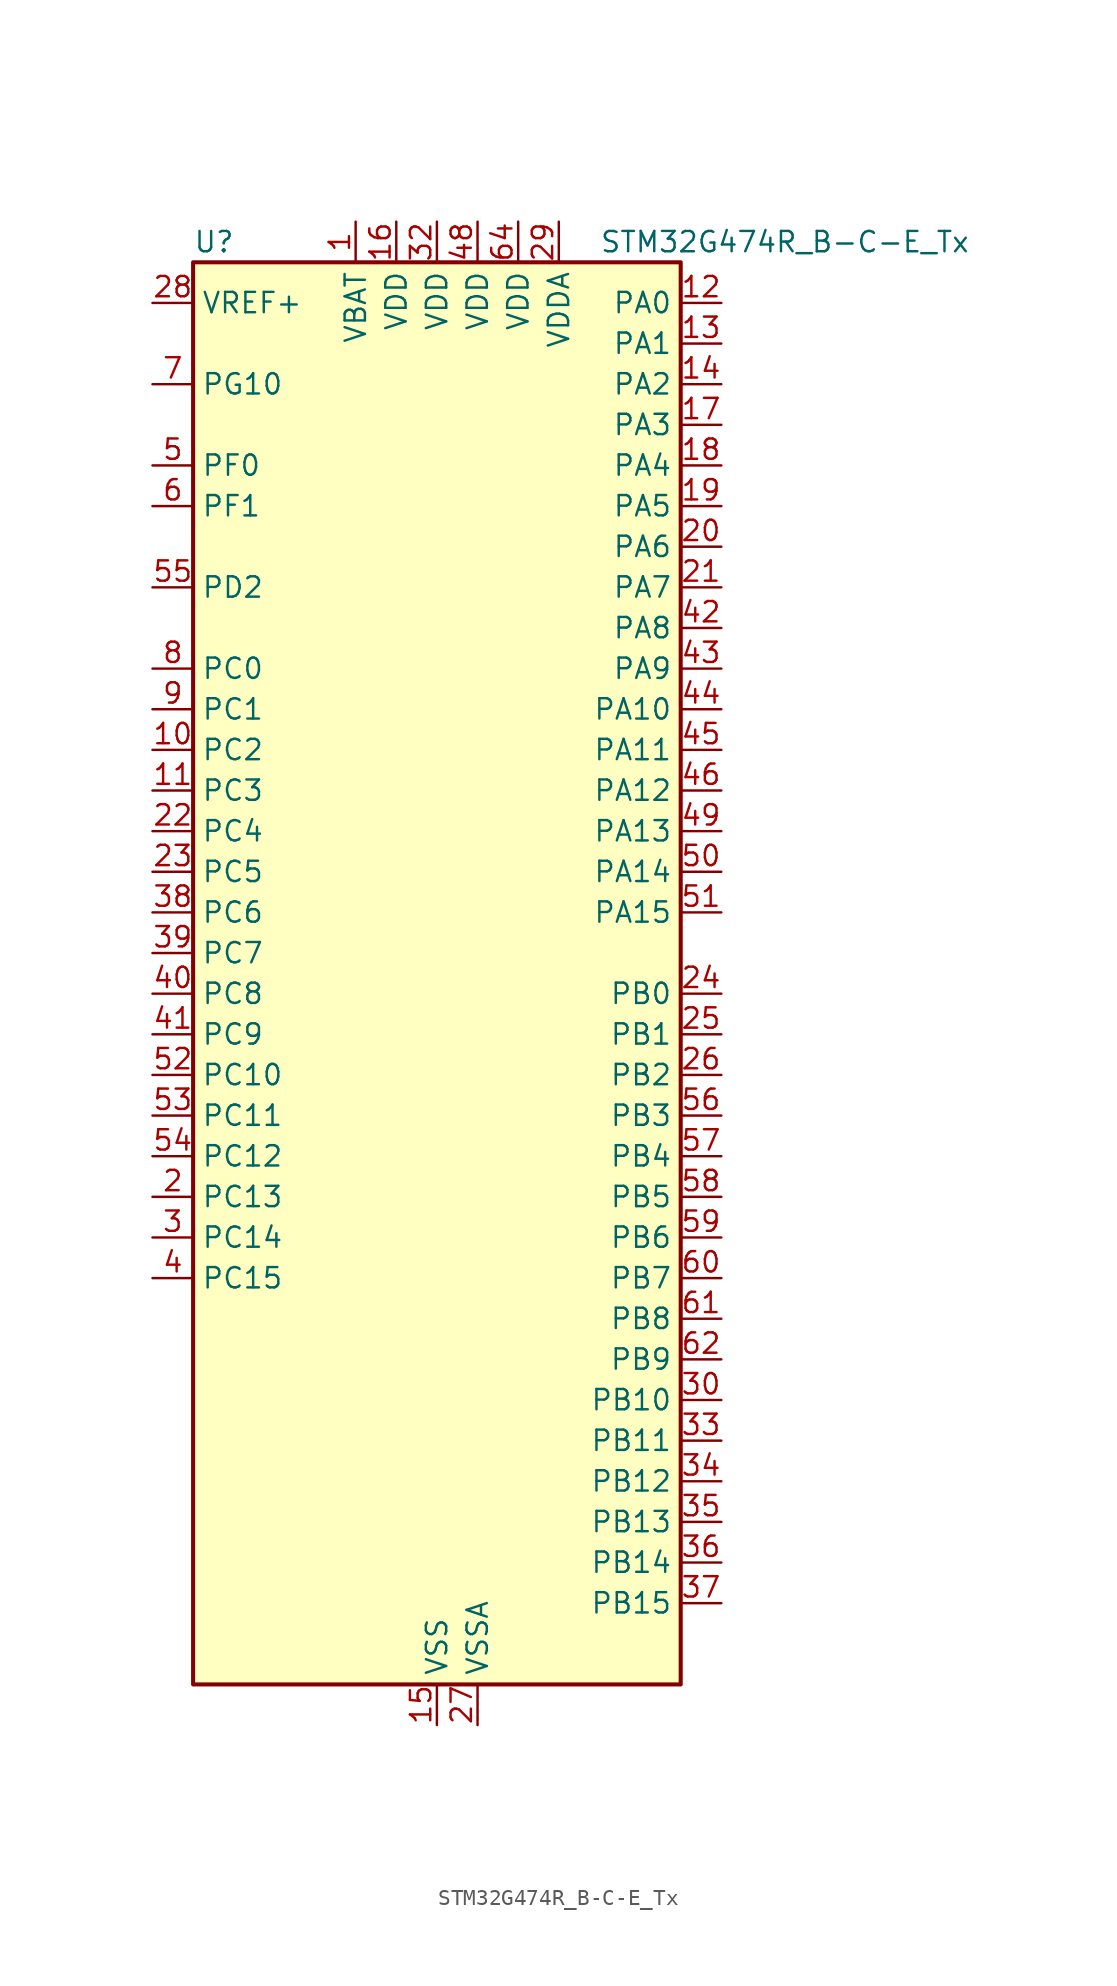
<source format=kicad_sym>
(kicad_symbol_lib
  (version 20231120)
  (generator "kicad_symbol_editor")
  (generator_version "8.0")
  (symbol "STM32G474R_B-C-E_Tx"
    (property "Reference" "U"
      (at -15.24 46.99 0)
      (effects (font (size 1.27 1.27)) (justify left)))
    (property "Value" "STM32G474R_B-C-E_Tx"
      (at 10.16 46.99 0)
      (effects (font (size 1.27 1.27)) (justify left)))
    (property "ki_locked" ""
      (at 0 0 0)
      (effects (font (size 1.27 1.27))))
    (symbol "STM32G474R_B-C-E_Tx_0_1"
      (rectangle (start -15.24 -43.18) (end 15.24 45.72) (stroke (width 0.254) (type default)) (fill (type background))))
    (symbol "STM32G474R_B-C-E_Tx_1_1"
      (pin power_in line (at -5.08 48.26 270) (length 2.54) (name "VBAT" (effects (font (size 1.27 1.27)))) (number "1" (effects (font (size 1.27 1.27)))))
      (pin bidirectional line (at -17.78 15.24 0) (length 2.54) (name "PC2" (effects (font (size 1.27 1.27)))) (number "10" (effects (font (size 1.27 1.27)))) (alternate "ADC1_IN8" bidirectional line) (alternate "ADC2_IN8" bidirectional line) (alternate "ADC3_EXTI2" bidirectional line) (alternate "ADC4_EXTI2" bidirectional line) (alternate "ADC5_EXTI2" bidirectional line) (alternate "COMP3_OUT" bidirectional line) (alternate "LPTIM1_IN2" bidirectional line) (alternate "QUADSPI1_BK2_IO1" bidirectional line) (alternate "TIM1_CH3" bidirectional line) (alternate "TIM20_CH2" bidirectional line))
      (pin bidirectional line (at -17.78 12.7 0) (length 2.54) (name "PC3" (effects (font (size 1.27 1.27)))) (number "11" (effects (font (size 1.27 1.27)))) (alternate "ADC1_IN9" bidirectional line) (alternate "ADC2_IN9" bidirectional line) (alternate "ADC3_EXTI3" bidirectional line) (alternate "ADC4_EXTI3" bidirectional line) (alternate "ADC5_EXTI3" bidirectional line) (alternate "LPTIM1_ETR" bidirectional line) (alternate "OPAMP5_VINP" bidirectional line) (alternate "OPAMP5_VINP_SEC" bidirectional line) (alternate "QUADSPI1_BK2_IO2" bidirectional line) (alternate "SAI1_D1" bidirectional line) (alternate "SAI1_SD_A" bidirectional line) (alternate "TIM1_BKIN2" bidirectional line) (alternate "TIM1_CH4" bidirectional line))
      (pin bidirectional line (at 17.78 43.18 180) (length 2.54) (name "PA0" (effects (font (size 1.27 1.27)))) (number "12" (effects (font (size 1.27 1.27)))) (alternate "ADC1_IN1" bidirectional line) (alternate "ADC2_IN1" bidirectional line) (alternate "COMP1_INM" bidirectional line) (alternate "COMP1_OUT" bidirectional line) (alternate "COMP3_INP" bidirectional line) (alternate "RTC_TAMP2" bidirectional line) (alternate "SYS_WKUP1" bidirectional line) (alternate "TIM2_CH1" bidirectional line) (alternate "TIM2_ETR" bidirectional line) (alternate "TIM5_CH1" bidirectional line) (alternate "TIM8_BKIN" bidirectional line) (alternate "TIM8_ETR" bidirectional line) (alternate "USART2_CTS" bidirectional line) (alternate "USART2_NSS" bidirectional line))
      (pin bidirectional line (at 17.78 40.64 180) (length 2.54) (name "PA1" (effects (font (size 1.27 1.27)))) (number "13" (effects (font (size 1.27 1.27)))) (alternate "ADC1_IN2" bidirectional line) (alternate "ADC2_IN2" bidirectional line) (alternate "COMP1_INP" bidirectional line) (alternate "OPAMP1_VINP" bidirectional line) (alternate "OPAMP1_VINP_SEC" bidirectional line) (alternate "OPAMP3_VINP" bidirectional line) (alternate "OPAMP3_VINP_SEC" bidirectional line) (alternate "OPAMP6_VINM" bidirectional line) (alternate "OPAMP6_VINM0" bidirectional line) (alternate "OPAMP6_VINM_SEC" bidirectional line) (alternate "RTC_REFIN" bidirectional line) (alternate "TIM15_CH1N" bidirectional line) (alternate "TIM2_CH2" bidirectional line) (alternate "TIM5_CH2" bidirectional line) (alternate "USART2_DE" bidirectional line) (alternate "USART2_RTS" bidirectional line))
      (pin bidirectional line (at 17.78 38.1 180) (length 2.54) (name "PA2" (effects (font (size 1.27 1.27)))) (number "14" (effects (font (size 1.27 1.27)))) (alternate "ADC1_IN3" bidirectional line) (alternate "ADC3_EXTI2" bidirectional line) (alternate "ADC4_EXTI2" bidirectional line) (alternate "ADC5_EXTI2" bidirectional line) (alternate "COMP2_INM" bidirectional line) (alternate "COMP2_OUT" bidirectional line) (alternate "LPUART1_TX" bidirectional line) (alternate "OPAMP1_VOUT" bidirectional line) (alternate "QUADSPI1_BK1_NCS" bidirectional line) (alternate "RCC_LSCO" bidirectional line) (alternate "SYS_WKUP4" bidirectional line) (alternate "TIM15_CH1" bidirectional line) (alternate "TIM2_CH3" bidirectional line) (alternate "TIM5_CH3" bidirectional line) (alternate "UCPD1_FRSTX1" bidirectional line) (alternate "UCPD1_FRSTX2" bidirectional line) (alternate "USART2_TX" bidirectional line))
      (pin power_in line (at 0 -45.72 90) (length 2.54) (name "VSS" (effects (font (size 1.27 1.27)))) (number "15" (effects (font (size 1.27 1.27)))))
      (pin power_in line (at -2.54 48.26 270) (length 2.54) (name "VDD" (effects (font (size 1.27 1.27)))) (number "16" (effects (font (size 1.27 1.27)))))
      (pin bidirectional line (at 17.78 35.56 180) (length 2.54) (name "PA3" (effects (font (size 1.27 1.27)))) (number "17" (effects (font (size 1.27 1.27)))) (alternate "ADC1_IN4" bidirectional line) (alternate "ADC3_EXTI3" bidirectional line) (alternate "ADC4_EXTI3" bidirectional line) (alternate "ADC5_EXTI3" bidirectional line) (alternate "COMP2_INP" bidirectional line) (alternate "LPUART1_RX" bidirectional line) (alternate "OPAMP1_VINM" bidirectional line) (alternate "OPAMP1_VINM0" bidirectional line) (alternate "OPAMP1_VINM_SEC" bidirectional line) (alternate "OPAMP1_VINP" bidirectional line) (alternate "OPAMP1_VINP_SEC" bidirectional line) (alternate "OPAMP5_VINM" bidirectional line) (alternate "OPAMP5_VINM1" bidirectional line) (alternate "OPAMP5_VINM_SEC" bidirectional line) (alternate "QUADSPI1_CLK" bidirectional line) (alternate "SAI1_CK1" bidirectional line) (alternate "SAI1_MCLK_A" bidirectional line) (alternate "TIM15_CH2" bidirectional line) (alternate "TIM2_CH4" bidirectional line) (alternate "TIM5_CH4" bidirectional line) (alternate "USART2_RX" bidirectional line))
      (pin bidirectional line (at 17.78 33.02 180) (length 2.54) (name "PA4" (effects (font (size 1.27 1.27)))) (number "18" (effects (font (size 1.27 1.27)))) (alternate "ADC2_IN17" bidirectional line) (alternate "COMP1_INM" bidirectional line) (alternate "DAC1_OUT1" bidirectional line) (alternate "I2S3_WS" bidirectional line) (alternate "SAI1_FS_B" bidirectional line) (alternate "SPI1_NSS" bidirectional line) (alternate "SPI3_NSS" bidirectional line) (alternate "TIM3_CH2" bidirectional line) (alternate "USART2_CK" bidirectional line))
      (pin bidirectional line (at 17.78 30.48 180) (length 2.54) (name "PA5" (effects (font (size 1.27 1.27)))) (number "19" (effects (font (size 1.27 1.27)))) (alternate "ADC2_IN13" bidirectional line) (alternate "COMP2_INM" bidirectional line) (alternate "DAC1_OUT2" bidirectional line) (alternate "OPAMP2_VINM" bidirectional line) (alternate "OPAMP2_VINM0" bidirectional line) (alternate "OPAMP2_VINM_SEC" bidirectional line) (alternate "SPI1_SCK" bidirectional line) (alternate "TIM2_CH1" bidirectional line) (alternate "TIM2_ETR" bidirectional line) (alternate "UCPD1_FRSTX1" bidirectional line) (alternate "UCPD1_FRSTX2" bidirectional line))
      (pin bidirectional line (at -17.78 -12.7 0) (length 2.54) (name "PC13" (effects (font (size 1.27 1.27)))) (number "2" (effects (font (size 1.27 1.27)))) (alternate "RTC_OUT1" bidirectional line) (alternate "RTC_TAMP1" bidirectional line) (alternate "RTC_TS" bidirectional line) (alternate "SYS_WKUP2" bidirectional line) (alternate "TIM1_BKIN" bidirectional line) (alternate "TIM1_CH1N" bidirectional line) (alternate "TIM8_CH4N" bidirectional line))
      (pin bidirectional line (at 17.78 27.94 180) (length 2.54) (name "PA6" (effects (font (size 1.27 1.27)))) (number "20" (effects (font (size 1.27 1.27)))) (alternate "ADC2_IN3" bidirectional line) (alternate "COMP1_OUT" bidirectional line) (alternate "DAC2_OUT1" bidirectional line) (alternate "LPUART1_CTS" bidirectional line) (alternate "OPAMP2_VOUT" bidirectional line) (alternate "QUADSPI1_BK1_IO3" bidirectional line) (alternate "SPI1_MISO" bidirectional line) (alternate "TIM16_CH1" bidirectional line) (alternate "TIM1_BKIN" bidirectional line) (alternate "TIM3_CH1" bidirectional line) (alternate "TIM8_BKIN" bidirectional line))
      (pin bidirectional line (at 17.78 25.4 180) (length 2.54) (name "PA7" (effects (font (size 1.27 1.27)))) (number "21" (effects (font (size 1.27 1.27)))) (alternate "ADC2_IN4" bidirectional line) (alternate "COMP2_INP" bidirectional line) (alternate "COMP2_OUT" bidirectional line) (alternate "OPAMP1_VINP" bidirectional line) (alternate "OPAMP1_VINP_SEC" bidirectional line) (alternate "OPAMP2_VINP" bidirectional line) (alternate "OPAMP2_VINP_SEC" bidirectional line) (alternate "QUADSPI1_BK1_IO2" bidirectional line) (alternate "SPI1_MOSI" bidirectional line) (alternate "TIM17_CH1" bidirectional line) (alternate "TIM1_CH1N" bidirectional line) (alternate "TIM3_CH2" bidirectional line) (alternate "TIM8_CH1N" bidirectional line) (alternate "UCPD1_FRSTX1" bidirectional line) (alternate "UCPD1_FRSTX2" bidirectional line))
      (pin bidirectional line (at -17.78 10.16 0) (length 2.54) (name "PC4" (effects (font (size 1.27 1.27)))) (number "22" (effects (font (size 1.27 1.27)))) (alternate "ADC2_IN5" bidirectional line) (alternate "I2C2_SCL" bidirectional line) (alternate "QUADSPI1_BK2_IO3" bidirectional line) (alternate "TIM1_ETR" bidirectional line) (alternate "USART1_TX" bidirectional line))
      (pin bidirectional line (at -17.78 7.62 0) (length 2.54) (name "PC5" (effects (font (size 1.27 1.27)))) (number "23" (effects (font (size 1.27 1.27)))) (alternate "ADC2_IN11" bidirectional line) (alternate "HRTIM1_EEV10" bidirectional line) (alternate "OPAMP1_VINM" bidirectional line) (alternate "OPAMP1_VINM1" bidirectional line) (alternate "OPAMP1_VINM_SEC" bidirectional line) (alternate "OPAMP2_VINM" bidirectional line) (alternate "OPAMP2_VINM1" bidirectional line) (alternate "OPAMP2_VINM_SEC" bidirectional line) (alternate "SAI1_D3" bidirectional line) (alternate "SYS_WKUP5" bidirectional line) (alternate "TIM15_BKIN" bidirectional line) (alternate "TIM1_CH4N" bidirectional line) (alternate "USART1_RX" bidirectional line))
      (pin bidirectional line (at 17.78 0 180) (length 2.54) (name "PB0" (effects (font (size 1.27 1.27)))) (number "24" (effects (font (size 1.27 1.27)))) (alternate "ADC1_IN15" bidirectional line) (alternate "ADC3_IN12" bidirectional line) (alternate "COMP4_INP" bidirectional line) (alternate "HRTIM1_FLT5" bidirectional line) (alternate "OPAMP2_VINP" bidirectional line) (alternate "OPAMP2_VINP_SEC" bidirectional line) (alternate "OPAMP3_VINP" bidirectional line) (alternate "OPAMP3_VINP_SEC" bidirectional line) (alternate "QUADSPI1_BK1_IO1" bidirectional line) (alternate "TIM1_CH2N" bidirectional line) (alternate "TIM3_CH3" bidirectional line) (alternate "TIM8_CH2N" bidirectional line) (alternate "UCPD1_FRSTX1" bidirectional line) (alternate "UCPD1_FRSTX2" bidirectional line))
      (pin bidirectional line (at 17.78 -2.54 180) (length 2.54) (name "PB1" (effects (font (size 1.27 1.27)))) (number "25" (effects (font (size 1.27 1.27)))) (alternate "ADC1_IN12" bidirectional line) (alternate "ADC3_IN1" bidirectional line) (alternate "COMP1_INP" bidirectional line) (alternate "COMP4_OUT" bidirectional line) (alternate "HRTIM1_SCOUT" bidirectional line) (alternate "LPUART1_DE" bidirectional line) (alternate "LPUART1_RTS" bidirectional line) (alternate "OPAMP3_VOUT" bidirectional line) (alternate "OPAMP6_VINM" bidirectional line) (alternate "OPAMP6_VINM1" bidirectional line) (alternate "OPAMP6_VINM_SEC" bidirectional line) (alternate "QUADSPI1_BK1_IO0" bidirectional line) (alternate "TIM1_CH3N" bidirectional line) (alternate "TIM3_CH4" bidirectional line) (alternate "TIM8_CH3N" bidirectional line))
      (pin bidirectional line (at 17.78 -5.08 180) (length 2.54) (name "PB2" (effects (font (size 1.27 1.27)))) (number "26" (effects (font (size 1.27 1.27)))) (alternate "ADC2_IN12" bidirectional line) (alternate "ADC3_EXTI2" bidirectional line) (alternate "ADC4_EXTI2" bidirectional line) (alternate "ADC5_EXTI2" bidirectional line) (alternate "COMP4_INM" bidirectional line) (alternate "HRTIM1_SCIN" bidirectional line) (alternate "I2C3_SMBA" bidirectional line) (alternate "LPTIM1_OUT" bidirectional line) (alternate "OPAMP3_VINM" bidirectional line) (alternate "OPAMP3_VINM0" bidirectional line) (alternate "OPAMP3_VINM_SEC" bidirectional line) (alternate "QUADSPI1_BK2_IO1" bidirectional line) (alternate "RTC_OUT2" bidirectional line) (alternate "TIM20_CH1" bidirectional line) (alternate "TIM5_CH1" bidirectional line))
      (pin power_in line (at 2.54 -45.72 90) (length 2.54) (name "VSSA" (effects (font (size 1.27 1.27)))) (number "27" (effects (font (size 1.27 1.27)))))
      (pin input line (at -17.78 43.18 0) (length 2.54) (name "VREF+" (effects (font (size 1.27 1.27)))) (number "28" (effects (font (size 1.27 1.27)))) (alternate "VREFBUF_OUT" bidirectional line))
      (pin power_in line (at 7.62 48.26 270) (length 2.54) (name "VDDA" (effects (font (size 1.27 1.27)))) (number "29" (effects (font (size 1.27 1.27)))))
      (pin bidirectional line (at -17.78 -15.24 0) (length 2.54) (name "PC14" (effects (font (size 1.27 1.27)))) (number "3" (effects (font (size 1.27 1.27)))) (alternate "RCC_OSC32_IN" bidirectional line))
      (pin bidirectional line (at 17.78 -25.4 180) (length 2.54) (name "PB10" (effects (font (size 1.27 1.27)))) (number "30" (effects (font (size 1.27 1.27)))) (alternate "COMP5_INM" bidirectional line) (alternate "DAC1_EXTI10" bidirectional line) (alternate "DAC2_EXTI10" bidirectional line) (alternate "DAC3_EXTI10" bidirectional line) (alternate "DAC4_EXTI10" bidirectional line) (alternate "HRTIM1_FLT3" bidirectional line) (alternate "LPUART1_RX" bidirectional line) (alternate "OPAMP3_VINM" bidirectional line) (alternate "OPAMP3_VINM1" bidirectional line) (alternate "OPAMP3_VINM_SEC" bidirectional line) (alternate "OPAMP4_VINM" bidirectional line) (alternate "OPAMP4_VINM0" bidirectional line) (alternate "OPAMP4_VINM_SEC" bidirectional line) (alternate "QUADSPI1_CLK" bidirectional line) (alternate "SAI1_SCK_A" bidirectional line) (alternate "TIM1_BKIN" bidirectional line) (alternate "TIM2_CH3" bidirectional line) (alternate "USART3_TX" bidirectional line))
      (pin passive line (at 0 -45.72 90) (length 2.54) hide (name "VSS" (effects (font (size 1.27 1.27)))) (number "31" (effects (font (size 1.27 1.27)))))
      (pin power_in line (at 0 48.26 270) (length 2.54) (name "VDD" (effects (font (size 1.27 1.27)))) (number "32" (effects (font (size 1.27 1.27)))))
      (pin bidirectional line (at 17.78 -27.94 180) (length 2.54) (name "PB11" (effects (font (size 1.27 1.27)))) (number "33" (effects (font (size 1.27 1.27)))) (alternate "ADC1_EXTI11" bidirectional line) (alternate "ADC1_IN14" bidirectional line) (alternate "ADC2_EXTI11" bidirectional line) (alternate "ADC2_IN14" bidirectional line) (alternate "COMP6_INP" bidirectional line) (alternate "HRTIM1_FLT4" bidirectional line) (alternate "LPUART1_TX" bidirectional line) (alternate "OPAMP4_VINP" bidirectional line) (alternate "OPAMP4_VINP_SEC" bidirectional line) (alternate "OPAMP6_VOUT" bidirectional line) (alternate "QUADSPI1_BK1_NCS" bidirectional line) (alternate "TIM2_CH4" bidirectional line) (alternate "USART3_RX" bidirectional line))
      (pin bidirectional line (at 17.78 -30.48 180) (length 2.54) (name "PB12" (effects (font (size 1.27 1.27)))) (number "34" (effects (font (size 1.27 1.27)))) (alternate "ADC1_IN11" bidirectional line) (alternate "ADC4_IN3" bidirectional line) (alternate "COMP7_INM" bidirectional line) (alternate "FDCAN2_RX" bidirectional line) (alternate "HRTIM1_CHC1" bidirectional line) (alternate "I2C2_SMBA" bidirectional line) (alternate "I2S2_WS" bidirectional line) (alternate "LPUART1_DE" bidirectional line) (alternate "LPUART1_RTS" bidirectional line) (alternate "OPAMP4_VOUT" bidirectional line) (alternate "OPAMP6_VINP" bidirectional line) (alternate "OPAMP6_VINP_SEC" bidirectional line) (alternate "SPI2_NSS" bidirectional line) (alternate "TIM1_BKIN" bidirectional line) (alternate "TIM5_ETR" bidirectional line) (alternate "USART3_CK" bidirectional line))
      (pin bidirectional line (at 17.78 -33.02 180) (length 2.54) (name "PB13" (effects (font (size 1.27 1.27)))) (number "35" (effects (font (size 1.27 1.27)))) (alternate "ADC3_IN5" bidirectional line) (alternate "COMP5_INP" bidirectional line) (alternate "FDCAN2_TX" bidirectional line) (alternate "HRTIM1_CHC2" bidirectional line) (alternate "I2S2_CK" bidirectional line) (alternate "LPUART1_CTS" bidirectional line) (alternate "OPAMP3_VINP" bidirectional line) (alternate "OPAMP3_VINP_SEC" bidirectional line) (alternate "OPAMP4_VINP" bidirectional line) (alternate "OPAMP4_VINP_SEC" bidirectional line) (alternate "OPAMP6_VINP" bidirectional line) (alternate "OPAMP6_VINP_SEC" bidirectional line) (alternate "SPI2_SCK" bidirectional line) (alternate "TIM1_CH1N" bidirectional line) (alternate "USART3_CTS" bidirectional line) (alternate "USART3_NSS" bidirectional line))
      (pin bidirectional line (at 17.78 -35.56 180) (length 2.54) (name "PB14" (effects (font (size 1.27 1.27)))) (number "36" (effects (font (size 1.27 1.27)))) (alternate "ADC1_IN5" bidirectional line) (alternate "ADC4_IN4" bidirectional line) (alternate "COMP4_OUT" bidirectional line) (alternate "COMP7_INP" bidirectional line) (alternate "HRTIM1_CHD1" bidirectional line) (alternate "OPAMP2_VINP" bidirectional line) (alternate "OPAMP2_VINP_SEC" bidirectional line) (alternate "OPAMP5_VINP" bidirectional line) (alternate "OPAMP5_VINP_SEC" bidirectional line) (alternate "SPI2_MISO" bidirectional line) (alternate "TIM15_CH1" bidirectional line) (alternate "TIM1_CH2N" bidirectional line) (alternate "USART3_DE" bidirectional line) (alternate "USART3_RTS" bidirectional line))
      (pin bidirectional line (at 17.78 -38.1 180) (length 2.54) (name "PB15" (effects (font (size 1.27 1.27)))) (number "37" (effects (font (size 1.27 1.27)))) (alternate "ADC1_EXTI15" bidirectional line) (alternate "ADC2_EXTI15" bidirectional line) (alternate "ADC2_IN15" bidirectional line) (alternate "ADC4_IN5" bidirectional line) (alternate "COMP3_OUT" bidirectional line) (alternate "COMP6_INM" bidirectional line) (alternate "HRTIM1_CHD2" bidirectional line) (alternate "I2S2_SD" bidirectional line) (alternate "OPAMP5_VINM" bidirectional line) (alternate "OPAMP5_VINM0" bidirectional line) (alternate "OPAMP5_VINM_SEC" bidirectional line) (alternate "RTC_REFIN" bidirectional line) (alternate "SPI2_MOSI" bidirectional line) (alternate "TIM15_CH1N" bidirectional line) (alternate "TIM15_CH2" bidirectional line) (alternate "TIM1_CH3N" bidirectional line))
      (pin bidirectional line (at -17.78 5.08 0) (length 2.54) (name "PC6" (effects (font (size 1.27 1.27)))) (number "38" (effects (font (size 1.27 1.27)))) (alternate "COMP6_OUT" bidirectional line) (alternate "HRTIM1_CHF1" bidirectional line) (alternate "HRTIM1_EEV10" bidirectional line) (alternate "I2C4_SCL" bidirectional line) (alternate "I2S2_MCK" bidirectional line) (alternate "TIM3_CH1" bidirectional line) (alternate "TIM8_CH1" bidirectional line))
      (pin bidirectional line (at -17.78 2.54 0) (length 2.54) (name "PC7" (effects (font (size 1.27 1.27)))) (number "39" (effects (font (size 1.27 1.27)))) (alternate "COMP5_OUT" bidirectional line) (alternate "HRTIM1_CHF2" bidirectional line) (alternate "HRTIM1_FLT5" bidirectional line) (alternate "I2C4_SDA" bidirectional line) (alternate "I2S3_MCK" bidirectional line) (alternate "TIM3_CH2" bidirectional line) (alternate "TIM8_CH2" bidirectional line))
      (pin bidirectional line (at -17.78 -17.78 0) (length 2.54) (name "PC15" (effects (font (size 1.27 1.27)))) (number "4" (effects (font (size 1.27 1.27)))) (alternate "ADC1_EXTI15" bidirectional line) (alternate "ADC2_EXTI15" bidirectional line) (alternate "RCC_OSC32_OUT" bidirectional line))
      (pin bidirectional line (at -17.78 0 0) (length 2.54) (name "PC8" (effects (font (size 1.27 1.27)))) (number "40" (effects (font (size 1.27 1.27)))) (alternate "COMP7_OUT" bidirectional line) (alternate "HRTIM1_CHE1" bidirectional line) (alternate "I2C3_SCL" bidirectional line) (alternate "TIM20_CH3" bidirectional line) (alternate "TIM3_CH3" bidirectional line) (alternate "TIM8_CH3" bidirectional line))
      (pin bidirectional line (at -17.78 -2.54 0) (length 2.54) (name "PC9" (effects (font (size 1.27 1.27)))) (number "41" (effects (font (size 1.27 1.27)))) (alternate "DAC1_EXTI9" bidirectional line) (alternate "DAC2_EXTI9" bidirectional line) (alternate "DAC3_EXTI9" bidirectional line) (alternate "DAC4_EXTI9" bidirectional line) (alternate "HRTIM1_CHE2" bidirectional line) (alternate "I2C3_SDA" bidirectional line) (alternate "I2S_CKIN" bidirectional line) (alternate "TIM3_CH4" bidirectional line) (alternate "TIM8_BKIN2" bidirectional line) (alternate "TIM8_CH4" bidirectional line))
      (pin bidirectional line (at 17.78 22.86 180) (length 2.54) (name "PA8" (effects (font (size 1.27 1.27)))) (number "42" (effects (font (size 1.27 1.27)))) (alternate "ADC5_IN1" bidirectional line) (alternate "COMP7_OUT" bidirectional line) (alternate "FDCAN3_RX" bidirectional line) (alternate "HRTIM1_CHA1" bidirectional line) (alternate "I2C2_SDA" bidirectional line) (alternate "I2C3_SCL" bidirectional line) (alternate "I2S2_MCK" bidirectional line) (alternate "OPAMP5_VOUT" bidirectional line) (alternate "RCC_MCO" bidirectional line) (alternate "SAI1_CK2" bidirectional line) (alternate "SAI1_SCK_A" bidirectional line) (alternate "TIM1_CH1" bidirectional line) (alternate "TIM4_ETR" bidirectional line) (alternate "USART1_CK" bidirectional line))
      (pin bidirectional line (at 17.78 20.32 180) (length 2.54) (name "PA9" (effects (font (size 1.27 1.27)))) (number "43" (effects (font (size 1.27 1.27)))) (alternate "ADC5_IN2" bidirectional line) (alternate "COMP5_OUT" bidirectional line) (alternate "DAC1_EXTI9" bidirectional line) (alternate "DAC2_EXTI9" bidirectional line) (alternate "DAC3_EXTI9" bidirectional line) (alternate "DAC4_EXTI9" bidirectional line) (alternate "HRTIM1_CHA2" bidirectional line) (alternate "I2C2_SCL" bidirectional line) (alternate "I2C3_SMBA" bidirectional line) (alternate "I2S3_MCK" bidirectional line) (alternate "SAI1_FS_A" bidirectional line) (alternate "TIM15_BKIN" bidirectional line) (alternate "TIM1_CH2" bidirectional line) (alternate "TIM2_CH3" bidirectional line) (alternate "UCPD1_DBCC1" bidirectional line) (alternate "USART1_TX" bidirectional line))
      (pin bidirectional line (at 17.78 17.78 180) (length 2.54) (name "PA10" (effects (font (size 1.27 1.27)))) (number "44" (effects (font (size 1.27 1.27)))) (alternate "COMP6_OUT" bidirectional line) (alternate "CRS_SYNC" bidirectional line) (alternate "DAC1_EXTI10" bidirectional line) (alternate "DAC2_EXTI10" bidirectional line) (alternate "DAC3_EXTI10" bidirectional line) (alternate "DAC4_EXTI10" bidirectional line) (alternate "HRTIM1_CHB1" bidirectional line) (alternate "I2C2_SMBA" bidirectional line) (alternate "SAI1_D1" bidirectional line) (alternate "SAI1_SD_A" bidirectional line) (alternate "SPI2_MISO" bidirectional line) (alternate "TIM17_BKIN" bidirectional line) (alternate "TIM1_CH3" bidirectional line) (alternate "TIM2_CH4" bidirectional line) (alternate "TIM8_BKIN" bidirectional line) (alternate "UCPD1_DBCC2" bidirectional line) (alternate "USART1_RX" bidirectional line))
      (pin bidirectional line (at 17.78 15.24 180) (length 2.54) (name "PA11" (effects (font (size 1.27 1.27)))) (number "45" (effects (font (size 1.27 1.27)))) (alternate "ADC1_EXTI11" bidirectional line) (alternate "ADC2_EXTI11" bidirectional line) (alternate "COMP1_OUT" bidirectional line) (alternate "FDCAN1_RX" bidirectional line) (alternate "HRTIM1_CHB2" bidirectional line) (alternate "I2S2_SD" bidirectional line) (alternate "SPI2_MOSI" bidirectional line) (alternate "TIM1_BKIN2" bidirectional line) (alternate "TIM1_CH1N" bidirectional line) (alternate "TIM1_CH4" bidirectional line) (alternate "TIM4_CH1" bidirectional line) (alternate "USART1_CTS" bidirectional line) (alternate "USART1_NSS" bidirectional line) (alternate "USB_DM" bidirectional line))
      (pin bidirectional line (at 17.78 12.7 180) (length 2.54) (name "PA12" (effects (font (size 1.27 1.27)))) (number "46" (effects (font (size 1.27 1.27)))) (alternate "COMP2_OUT" bidirectional line) (alternate "FDCAN1_TX" bidirectional line) (alternate "HRTIM1_FLT1" bidirectional line) (alternate "I2S_CKIN" bidirectional line) (alternate "TIM16_CH1" bidirectional line) (alternate "TIM1_CH2N" bidirectional line) (alternate "TIM1_ETR" bidirectional line) (alternate "TIM4_CH2" bidirectional line) (alternate "USART1_DE" bidirectional line) (alternate "USART1_RTS" bidirectional line) (alternate "USB_DP" bidirectional line))
      (pin passive line (at 0 -45.72 90) (length 2.54) hide (name "VSS" (effects (font (size 1.27 1.27)))) (number "47" (effects (font (size 1.27 1.27)))))
      (pin power_in line (at 2.54 48.26 270) (length 2.54) (name "VDD" (effects (font (size 1.27 1.27)))) (number "48" (effects (font (size 1.27 1.27)))))
      (pin bidirectional line (at 17.78 10.16 180) (length 2.54) (name "PA13" (effects (font (size 1.27 1.27)))) (number "49" (effects (font (size 1.27 1.27)))) (alternate "I2C1_SCL" bidirectional line) (alternate "I2C4_SCL" bidirectional line) (alternate "IR_OUT" bidirectional line) (alternate "SAI1_SD_B" bidirectional line) (alternate "SYS_JTMS-SWDIO" bidirectional line) (alternate "TIM16_CH1N" bidirectional line) (alternate "TIM4_CH3" bidirectional line) (alternate "USART3_CTS" bidirectional line) (alternate "USART3_NSS" bidirectional line))
      (pin bidirectional line (at -17.78 33.02 0) (length 2.54) (name "PF0" (effects (font (size 1.27 1.27)))) (number "5" (effects (font (size 1.27 1.27)))) (alternate "ADC1_IN10" bidirectional line) (alternate "I2C2_SDA" bidirectional line) (alternate "I2S2_WS" bidirectional line) (alternate "RCC_OSC_IN" bidirectional line) (alternate "SPI2_NSS" bidirectional line) (alternate "TIM1_CH3N" bidirectional line))
      (pin bidirectional line (at 17.78 7.62 180) (length 2.54) (name "PA14" (effects (font (size 1.27 1.27)))) (number "50" (effects (font (size 1.27 1.27)))) (alternate "I2C1_SDA" bidirectional line) (alternate "I2C4_SMBA" bidirectional line) (alternate "LPTIM1_OUT" bidirectional line) (alternate "SAI1_FS_B" bidirectional line) (alternate "SYS_JTCK-SWCLK" bidirectional line) (alternate "TIM1_BKIN" bidirectional line) (alternate "TIM8_CH2" bidirectional line) (alternate "USART2_TX" bidirectional line))
      (pin bidirectional line (at 17.78 5.08 180) (length 2.54) (name "PA15" (effects (font (size 1.27 1.27)))) (number "51" (effects (font (size 1.27 1.27)))) (alternate "ADC1_EXTI15" bidirectional line) (alternate "ADC2_EXTI15" bidirectional line) (alternate "FDCAN3_TX" bidirectional line) (alternate "HRTIM1_FLT2" bidirectional line) (alternate "I2C1_SCL" bidirectional line) (alternate "I2S3_WS" bidirectional line) (alternate "SPI1_NSS" bidirectional line) (alternate "SPI3_NSS" bidirectional line) (alternate "SYS_JTDI" bidirectional line) (alternate "TIM1_BKIN" bidirectional line) (alternate "TIM2_CH1" bidirectional line) (alternate "TIM2_ETR" bidirectional line) (alternate "TIM8_CH1" bidirectional line) (alternate "UART4_DE" bidirectional line) (alternate "UART4_RTS" bidirectional line) (alternate "USART2_RX" bidirectional line))
      (pin bidirectional line (at -17.78 -5.08 0) (length 2.54) (name "PC10" (effects (font (size 1.27 1.27)))) (number "52" (effects (font (size 1.27 1.27)))) (alternate "DAC1_EXTI10" bidirectional line) (alternate "DAC2_EXTI10" bidirectional line) (alternate "DAC3_EXTI10" bidirectional line) (alternate "DAC4_EXTI10" bidirectional line) (alternate "HRTIM1_FLT6" bidirectional line) (alternate "I2S3_CK" bidirectional line) (alternate "SPI3_SCK" bidirectional line) (alternate "TIM8_CH1N" bidirectional line) (alternate "UART4_TX" bidirectional line) (alternate "USART3_TX" bidirectional line))
      (pin bidirectional line (at -17.78 -7.62 0) (length 2.54) (name "PC11" (effects (font (size 1.27 1.27)))) (number "53" (effects (font (size 1.27 1.27)))) (alternate "ADC1_EXTI11" bidirectional line) (alternate "ADC2_EXTI11" bidirectional line) (alternate "HRTIM1_EEV2" bidirectional line) (alternate "I2C3_SDA" bidirectional line) (alternate "SPI3_MISO" bidirectional line) (alternate "TIM8_CH2N" bidirectional line) (alternate "UART4_RX" bidirectional line) (alternate "USART3_RX" bidirectional line))
      (pin bidirectional line (at -17.78 -10.16 0) (length 2.54) (name "PC12" (effects (font (size 1.27 1.27)))) (number "54" (effects (font (size 1.27 1.27)))) (alternate "HRTIM1_EEV1" bidirectional line) (alternate "I2S3_SD" bidirectional line) (alternate "SPI3_MOSI" bidirectional line) (alternate "TIM5_CH2" bidirectional line) (alternate "TIM8_CH3N" bidirectional line) (alternate "UART5_TX" bidirectional line) (alternate "UCPD1_FRSTX1" bidirectional line) (alternate "UCPD1_FRSTX2" bidirectional line) (alternate "USART3_CK" bidirectional line))
      (pin bidirectional line (at -17.78 25.4 0) (length 2.54) (name "PD2" (effects (font (size 1.27 1.27)))) (number "55" (effects (font (size 1.27 1.27)))) (alternate "ADC3_EXTI2" bidirectional line) (alternate "ADC4_EXTI2" bidirectional line) (alternate "ADC5_EXTI2" bidirectional line) (alternate "TIM3_ETR" bidirectional line) (alternate "TIM8_BKIN" bidirectional line) (alternate "UART5_RX" bidirectional line))
      (pin bidirectional line (at 17.78 -7.62 180) (length 2.54) (name "PB3" (effects (font (size 1.27 1.27)))) (number "56" (effects (font (size 1.27 1.27)))) (alternate "ADC3_EXTI3" bidirectional line) (alternate "ADC4_EXTI3" bidirectional line) (alternate "ADC5_EXTI3" bidirectional line) (alternate "CRS_SYNC" bidirectional line) (alternate "FDCAN3_RX" bidirectional line) (alternate "HRTIM1_EEV9" bidirectional line) (alternate "HRTIM1_SCOUT" bidirectional line) (alternate "I2S3_CK" bidirectional line) (alternate "SAI1_SCK_B" bidirectional line) (alternate "SPI1_SCK" bidirectional line) (alternate "SPI3_SCK" bidirectional line) (alternate "SYS_JTDO-SWO" bidirectional line) (alternate "TIM2_CH2" bidirectional line) (alternate "TIM3_ETR" bidirectional line) (alternate "TIM4_ETR" bidirectional line) (alternate "TIM8_CH1N" bidirectional line) (alternate "USART2_TX" bidirectional line))
      (pin bidirectional line (at 17.78 -10.16 180) (length 2.54) (name "PB4" (effects (font (size 1.27 1.27)))) (number "57" (effects (font (size 1.27 1.27)))) (alternate "FDCAN3_TX" bidirectional line) (alternate "HRTIM1_EEV7" bidirectional line) (alternate "SAI1_MCLK_B" bidirectional line) (alternate "SPI1_MISO" bidirectional line) (alternate "SPI3_MISO" bidirectional line) (alternate "SYS_JTRST" bidirectional line) (alternate "TIM16_CH1" bidirectional line) (alternate "TIM17_BKIN" bidirectional line) (alternate "TIM3_CH1" bidirectional line) (alternate "TIM8_CH2N" bidirectional line) (alternate "UART5_DE" bidirectional line) (alternate "UART5_RTS" bidirectional line) (alternate "UCPD1_CC2" bidirectional line) (alternate "USART2_RX" bidirectional line))
      (pin bidirectional line (at 17.78 -12.7 180) (length 2.54) (name "PB5" (effects (font (size 1.27 1.27)))) (number "58" (effects (font (size 1.27 1.27)))) (alternate "FDCAN2_RX" bidirectional line) (alternate "HRTIM1_EEV6" bidirectional line) (alternate "I2C1_SMBA" bidirectional line) (alternate "I2C3_SDA" bidirectional line) (alternate "I2S3_SD" bidirectional line) (alternate "LPTIM1_IN1" bidirectional line) (alternate "SAI1_SD_B" bidirectional line) (alternate "SPI1_MOSI" bidirectional line) (alternate "SPI3_MOSI" bidirectional line) (alternate "TIM16_BKIN" bidirectional line) (alternate "TIM17_CH1" bidirectional line) (alternate "TIM3_CH2" bidirectional line) (alternate "TIM8_CH3N" bidirectional line) (alternate "UART5_CTS" bidirectional line) (alternate "USART2_CK" bidirectional line))
      (pin bidirectional line (at 17.78 -15.24 180) (length 2.54) (name "PB6" (effects (font (size 1.27 1.27)))) (number "59" (effects (font (size 1.27 1.27)))) (alternate "COMP4_OUT" bidirectional line) (alternate "FDCAN2_TX" bidirectional line) (alternate "HRTIM1_EEV4" bidirectional line) (alternate "HRTIM1_SCIN" bidirectional line) (alternate "LPTIM1_ETR" bidirectional line) (alternate "SAI1_FS_B" bidirectional line) (alternate "TIM16_CH1N" bidirectional line) (alternate "TIM4_CH1" bidirectional line) (alternate "TIM8_BKIN2" bidirectional line) (alternate "TIM8_CH1" bidirectional line) (alternate "TIM8_ETR" bidirectional line) (alternate "UCPD1_CC1" bidirectional line) (alternate "USART1_TX" bidirectional line))
      (pin bidirectional line (at -17.78 30.48 0) (length 2.54) (name "PF1" (effects (font (size 1.27 1.27)))) (number "6" (effects (font (size 1.27 1.27)))) (alternate "ADC2_IN10" bidirectional line) (alternate "COMP3_INM" bidirectional line) (alternate "I2S2_CK" bidirectional line) (alternate "RCC_OSC_OUT" bidirectional line) (alternate "SPI2_SCK" bidirectional line))
      (pin bidirectional line (at 17.78 -17.78 180) (length 2.54) (name "PB7" (effects (font (size 1.27 1.27)))) (number "60" (effects (font (size 1.27 1.27)))) (alternate "COMP3_OUT" bidirectional line) (alternate "HRTIM1_EEV3" bidirectional line) (alternate "I2C1_SDA" bidirectional line) (alternate "I2C4_SDA" bidirectional line) (alternate "LPTIM1_IN2" bidirectional line) (alternate "SYS_PVD_IN" bidirectional line) (alternate "TIM17_CH1N" bidirectional line) (alternate "TIM3_CH4" bidirectional line) (alternate "TIM4_CH2" bidirectional line) (alternate "TIM8_BKIN" bidirectional line) (alternate "UART4_CTS" bidirectional line) (alternate "USART1_RX" bidirectional line))
      (pin bidirectional line (at 17.78 -20.32 180) (length 2.54) (name "PB8" (effects (font (size 1.27 1.27)))) (number "61" (effects (font (size 1.27 1.27)))) (alternate "COMP1_OUT" bidirectional line) (alternate "FDCAN1_RX" bidirectional line) (alternate "HRTIM1_EEV8" bidirectional line) (alternate "I2C1_SCL" bidirectional line) (alternate "SAI1_CK1" bidirectional line) (alternate "SAI1_MCLK_A" bidirectional line) (alternate "TIM16_CH1" bidirectional line) (alternate "TIM1_BKIN" bidirectional line) (alternate "TIM4_CH3" bidirectional line) (alternate "TIM8_CH2" bidirectional line) (alternate "USART3_RX" bidirectional line))
      (pin bidirectional line (at 17.78 -22.86 180) (length 2.54) (name "PB9" (effects (font (size 1.27 1.27)))) (number "62" (effects (font (size 1.27 1.27)))) (alternate "COMP2_OUT" bidirectional line) (alternate "DAC1_EXTI9" bidirectional line) (alternate "DAC2_EXTI9" bidirectional line) (alternate "DAC3_EXTI9" bidirectional line) (alternate "DAC4_EXTI9" bidirectional line) (alternate "FDCAN1_TX" bidirectional line) (alternate "HRTIM1_EEV5" bidirectional line) (alternate "I2C1_SDA" bidirectional line) (alternate "IR_OUT" bidirectional line) (alternate "SAI1_D2" bidirectional line) (alternate "SAI1_FS_A" bidirectional line) (alternate "TIM17_CH1" bidirectional line) (alternate "TIM1_CH3N" bidirectional line) (alternate "TIM4_CH4" bidirectional line) (alternate "TIM8_CH3" bidirectional line) (alternate "USART3_TX" bidirectional line))
      (pin passive line (at 0 -45.72 90) (length 2.54) hide (name "VSS" (effects (font (size 1.27 1.27)))) (number "63" (effects (font (size 1.27 1.27)))))
      (pin power_in line (at 5.08 48.26 270) (length 2.54) (name "VDD" (effects (font (size 1.27 1.27)))) (number "64" (effects (font (size 1.27 1.27)))))
      (pin bidirectional line (at -17.78 38.1 0) (length 2.54) (name "PG10" (effects (font (size 1.27 1.27)))) (number "7" (effects (font (size 1.27 1.27)))) (alternate "DAC1_EXTI10" bidirectional line) (alternate "DAC2_EXTI10" bidirectional line) (alternate "DAC3_EXTI10" bidirectional line) (alternate "DAC4_EXTI10" bidirectional line) (alternate "RCC_MCO" bidirectional line))
      (pin bidirectional line (at -17.78 20.32 0) (length 2.54) (name "PC0" (effects (font (size 1.27 1.27)))) (number "8" (effects (font (size 1.27 1.27)))) (alternate "ADC1_IN6" bidirectional line) (alternate "ADC2_IN6" bidirectional line) (alternate "COMP3_INM" bidirectional line) (alternate "LPTIM1_IN1" bidirectional line) (alternate "LPUART1_RX" bidirectional line) (alternate "TIM1_CH1" bidirectional line))
      (pin bidirectional line (at -17.78 17.78 0) (length 2.54) (name "PC1" (effects (font (size 1.27 1.27)))) (number "9" (effects (font (size 1.27 1.27)))) (alternate "ADC1_IN7" bidirectional line) (alternate "ADC2_IN7" bidirectional line) (alternate "COMP3_INP" bidirectional line) (alternate "LPTIM1_OUT" bidirectional line) (alternate "LPUART1_TX" bidirectional line) (alternate "QUADSPI1_BK2_IO0" bidirectional line) (alternate "SAI1_SD_A" bidirectional line) (alternate "TIM1_CH2" bidirectional line)))))
</source>
